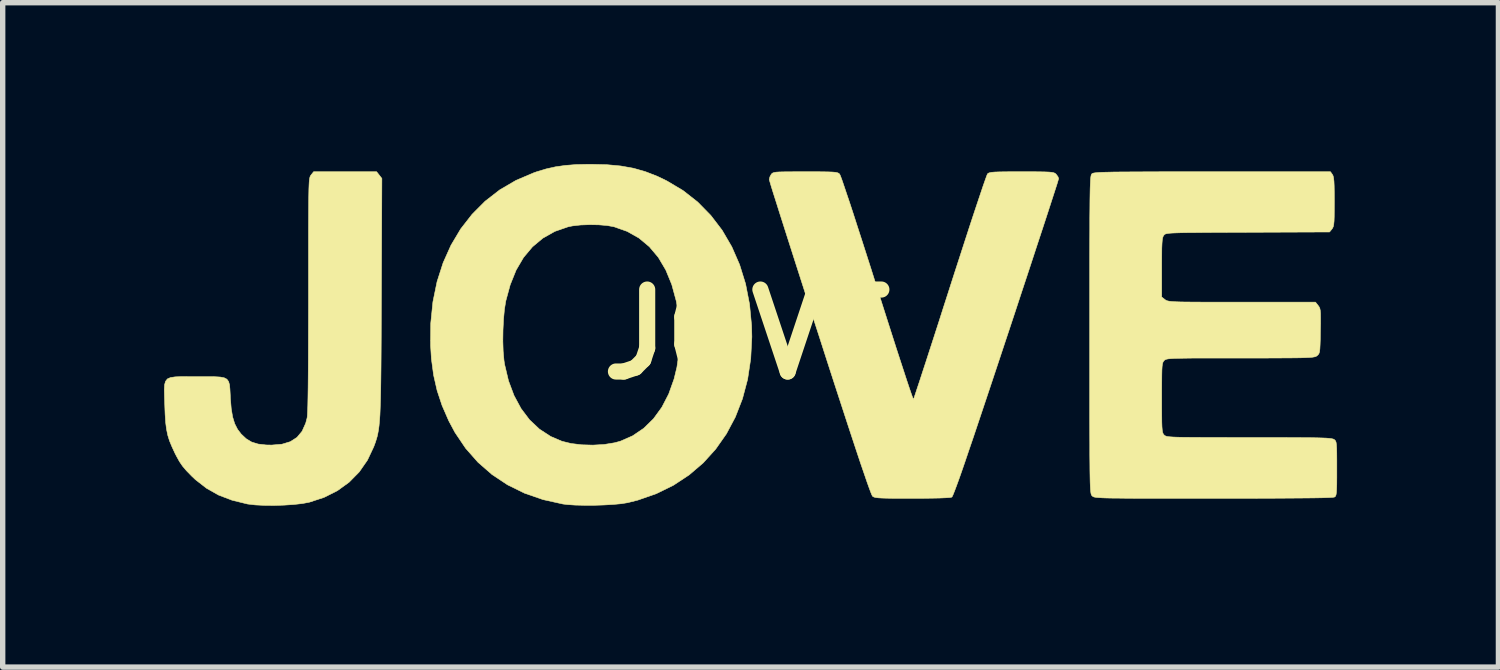
<source format=kicad_pcb>
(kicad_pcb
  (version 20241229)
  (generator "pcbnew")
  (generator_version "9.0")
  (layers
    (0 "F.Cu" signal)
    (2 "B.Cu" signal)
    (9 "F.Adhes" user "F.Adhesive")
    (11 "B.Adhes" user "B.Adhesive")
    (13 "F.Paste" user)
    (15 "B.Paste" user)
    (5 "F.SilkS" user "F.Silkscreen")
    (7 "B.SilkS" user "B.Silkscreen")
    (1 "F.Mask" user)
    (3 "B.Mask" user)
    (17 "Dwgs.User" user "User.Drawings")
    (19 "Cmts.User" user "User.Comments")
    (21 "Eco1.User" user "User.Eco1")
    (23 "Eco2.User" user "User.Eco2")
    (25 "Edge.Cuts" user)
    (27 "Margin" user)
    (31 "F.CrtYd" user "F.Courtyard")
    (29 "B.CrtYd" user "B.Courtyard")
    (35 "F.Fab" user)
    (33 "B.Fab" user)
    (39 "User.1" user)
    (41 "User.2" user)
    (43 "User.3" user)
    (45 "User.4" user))
  (footprint "JOVE"
    (layer "F.Cu")
    (at 10.906 3.168)
    (property "Reference" "JOVE" (at 0 0 0) (layer "F.SilkS") (effects (font (size 1.524 1.524) (thickness 0.3))))
    (attr through_hole)
    (fp_poly (pts (xy -6.905 -2.963) (xy -6.856 -2.9) (xy -6.865 -0.694) (xy -6.867 -0.306) (xy -6.868 0.04) (xy -6.87 0.345) (xy -6.872 0.612) (xy -6.875 0.846) (xy -6.878 1.048) (xy -6.882 1.222) (xy -6.887 1.37) (xy -6.892 1.496) (xy -6.9 1.603) (xy -6.908 1.694) (xy -6.918 1.771) (xy -6.93 1.837) (xy -6.943 1.897) (xy -6.959 1.951) (xy -6.976 2.005) (xy -6.996 2.059) (xy -7.007 2.089) (xy -7.124 2.337) (xy -7.277 2.557) (xy -7.464 2.747) (xy -7.682 2.905) (xy -7.931 3.03) (xy -8.206 3.12) (xy -8.334 3.144) (xy -8.494 3.162) (xy -8.675 3.174) (xy -8.863 3.18) (xy -9.046 3.178) (xy -9.211 3.17) (xy -9.345 3.154) (xy -9.358 3.152) (xy -9.642 3.082) (xy -9.894 2.986) (xy -10.118 2.859) (xy -10.322 2.7) (xy -10.393 2.633) (xy -10.49 2.533) (xy -10.562 2.448) (xy -10.62 2.363) (xy -10.675 2.263) (xy -10.699 2.217) (xy -10.758 2.09) (xy -10.804 1.979) (xy -10.837 1.873) (xy -10.86 1.762) (xy -10.876 1.636) (xy -10.886 1.484) (xy -10.893 1.302) (xy -10.898 1.147) (xy -10.901 1.026) (xy -10.896 0.935) (xy -10.878 0.871) (xy -10.843 0.827) (xy -10.786 0.802) (xy -10.7 0.789) (xy -10.583 0.784) (xy -10.428 0.785) (xy -10.291 0.785) (xy -10.109 0.785) (xy -9.969 0.786) (xy -9.863 0.792) (xy -9.788 0.806) (xy -9.738 0.832) (xy -9.707 0.874) (xy -9.689 0.934) (xy -9.681 1.017) (xy -9.675 1.126) (xy -9.673 1.185) (xy -9.657 1.378) (xy -9.631 1.534) (xy -9.592 1.661) (xy -9.538 1.766) (xy -9.472 1.852) (xy -9.378 1.94) (xy -9.277 2.001) (xy -9.157 2.038) (xy -9.009 2.055) (xy -8.903 2.057) (xy -8.714 2.041) (xy -8.558 1.994) (xy -8.434 1.914) (xy -8.339 1.8) (xy -8.272 1.65) (xy -8.246 1.552) (xy -8.241 1.51) (xy -8.237 1.433) (xy -8.233 1.32) (xy -8.23 1.17) (xy -8.227 0.981) (xy -8.225 0.753) (xy -8.223 0.484) (xy -8.222 0.172) (xy -8.221 -0.183) (xy -8.22 -0.582) (xy -8.22 -0.737) (xy -8.22 -1.102) (xy -8.22 -1.423) (xy -8.22 -1.704) (xy -8.22 -1.947) (xy -8.219 -2.156) (xy -8.218 -2.332) (xy -8.217 -2.479) (xy -8.215 -2.6) (xy -8.213 -2.697) (xy -8.21 -2.774) (xy -8.207 -2.832) (xy -8.203 -2.876) (xy -8.198 -2.907) (xy -8.192 -2.929) (xy -8.186 -2.945) (xy -8.178 -2.957) (xy -8.173 -2.964) (xy -8.125 -3.025) (xy -6.954 -3.025) (xy -6.905 -2.963)) (stroke (width 0.01) (type solid)) (fill yes) (layer "F.SilkS"))
    (fp_poly (pts (xy -2.674 -3.156) (xy -2.415 -3.132) (xy -2.179 -3.09) (xy -1.955 -3.026) (xy -1.734 -2.94) (xy -1.56 -2.856) (xy -1.257 -2.676) (xy -0.984 -2.462) (xy -0.741 -2.214) (xy -0.529 -1.937) (xy -0.35 -1.63) (xy -0.205 -1.298) (xy -0.094 -0.941) (xy -0.02 -0.562) (xy 0.018 -0.162) (xy 0.023 0.046) (xy 0.002 0.451) (xy -0.056 0.835) (xy -0.152 1.197) (xy -0.284 1.536) (xy -0.45 1.848) (xy -0.65 2.133) (xy -0.881 2.388) (xy -1.143 2.612) (xy -1.434 2.804) (xy -1.752 2.96) (xy -2.098 3.081) (xy -2.286 3.128) (xy -2.402 3.147) (xy -2.553 3.161) (xy -2.725 3.171) (xy -2.909 3.177) (xy -3.092 3.177) (xy -3.263 3.173) (xy -3.409 3.163) (xy -3.49 3.153) (xy -3.859 3.071) (xy -4.203 2.952) (xy -4.52 2.796) (xy -4.809 2.604) (xy -5.069 2.377) (xy -5.299 2.116) (xy -5.497 1.822) (xy -5.613 1.605) (xy -5.737 1.32) (xy -5.829 1.042) (xy -5.894 0.757) (xy -5.935 0.452) (xy -5.95 0.205) (xy -5.95 0.118) (xy -4.607 0.118) (xy -4.601 0.31) (xy -4.586 0.478) (xy -4.575 0.554) (xy -4.502 0.861) (xy -4.399 1.136) (xy -4.268 1.379) (xy -4.11 1.588) (xy -3.926 1.761) (xy -3.717 1.897) (xy -3.51 1.986) (xy -3.339 2.028) (xy -3.141 2.052) (xy -2.931 2.058) (xy -2.722 2.046) (xy -2.532 2.015) (xy -2.424 1.986) (xy -2.193 1.885) (xy -1.987 1.745) (xy -1.806 1.568) (xy -1.651 1.355) (xy -1.523 1.108) (xy -1.423 0.828) (xy -1.37 0.609) (xy -1.346 0.441) (xy -1.332 0.243) (xy -1.328 0.027) (xy -1.334 -0.191) (xy -1.35 -0.399) (xy -1.375 -0.581) (xy -1.383 -0.623) (xy -1.466 -0.928) (xy -1.577 -1.198) (xy -1.716 -1.433) (xy -1.883 -1.631) (xy -2.076 -1.792) (xy -2.296 -1.916) (xy -2.54 -2.002) (xy -2.667 -2.025) (xy -2.824 -2.038) (xy -2.994 -2.041) (xy -3.162 -2.035) (xy -3.311 -2.018) (xy -3.394 -2.001) (xy -3.642 -1.915) (xy -3.863 -1.79) (xy -4.056 -1.629) (xy -4.222 -1.431) (xy -4.36 -1.196) (xy -4.47 -0.923) (xy -4.552 -0.622) (xy -4.577 -0.468) (xy -4.594 -0.285) (xy -4.604 -0.085) (xy -4.607 0.118) (xy -5.95 0.118) (xy -5.947 -0.209) (xy -5.907 -0.605) (xy -5.83 -0.98) (xy -5.717 -1.332) (xy -5.57 -1.66) (xy -5.39 -1.962) (xy -5.178 -2.234) (xy -4.936 -2.477) (xy -4.664 -2.688) (xy -4.363 -2.864) (xy -4.035 -3.004) (xy -3.981 -3.023) (xy -3.803 -3.077) (xy -3.63 -3.116) (xy -3.448 -3.142) (xy -3.247 -3.158) (xy -3.014 -3.163) (xy -2.967 -3.163) (xy -2.674 -3.156)) (stroke (width 0.01) (type solid)) (fill yes) (layer "F.SilkS"))
    (fp_poly (pts (xy 5.219 -3.025) (xy 5.361 -3.024) (xy 5.467 -3.022) (xy 5.545 -3.019) (xy 5.598 -3.014) (xy 5.634 -3.007) (xy 5.658 -2.997) (xy 5.675 -2.984) (xy 5.68 -2.979) (xy 5.715 -2.932) (xy 5.727 -2.896) (xy 5.719 -2.87) (xy 5.699 -2.803) (xy 5.665 -2.697) (xy 5.619 -2.555) (xy 5.562 -2.379) (xy 5.495 -2.173) (xy 5.418 -1.938) (xy 5.332 -1.678) (xy 5.239 -1.394) (xy 5.139 -1.09) (xy 5.032 -0.767) (xy 4.921 -0.429) (xy 4.805 -0.079) (xy 4.755 0.071) (xy 4.606 0.52) (xy 4.471 0.926) (xy 4.349 1.291) (xy 4.24 1.616) (xy 4.144 1.903) (xy 4.058 2.154) (xy 3.985 2.37) (xy 3.922 2.553) (xy 3.869 2.703) (xy 3.825 2.823) (xy 3.791 2.913) (xy 3.766 2.976) (xy 3.749 3.013) (xy 3.74 3.025) (xy 3.705 3.032) (xy 3.628 3.037) (xy 3.514 3.042) (xy 3.366 3.045) (xy 3.191 3.047) (xy 3.006 3.048) (xy 2.807 3.048) (xy 2.649 3.047) (xy 2.527 3.045) (xy 2.436 3.042) (xy 2.371 3.038) (xy 2.325 3.032) (xy 2.295 3.024) (xy 2.275 3.014) (xy 2.267 3.008) (xy 2.255 2.986) (xy 2.234 2.935) (xy 2.203 2.852) (xy 2.162 2.737) (xy 2.111 2.588) (xy 2.048 2.405) (xy 1.975 2.186) (xy 1.89 1.929) (xy 1.793 1.634) (xy 1.684 1.3) (xy 1.562 0.926) (xy 1.427 0.509) (xy 1.284 0.064) (xy 1.169 -0.29) (xy 1.059 -0.633) (xy 0.954 -0.961) (xy 0.854 -1.272) (xy 0.761 -1.563) (xy 0.675 -1.832) (xy 0.597 -2.077) (xy 0.528 -2.294) (xy 0.469 -2.481) (xy 0.42 -2.635) (xy 0.383 -2.754) (xy 0.359 -2.836) (xy 0.347 -2.877) (xy 0.346 -2.881) (xy 0.359 -2.931) (xy 0.382 -2.974) (xy 0.394 -2.989) (xy 0.41 -3.001) (xy 0.434 -3.01) (xy 0.472 -3.017) (xy 0.531 -3.021) (xy 0.615 -3.023) (xy 0.73 -3.024) (xy 0.881 -3.025) (xy 1.016 -3.025) (xy 1.199 -3.025) (xy 1.34 -3.024) (xy 1.447 -3.022) (xy 1.524 -3.019) (xy 1.578 -3.014) (xy 1.613 -3.007) (xy 1.636 -2.997) (xy 1.652 -2.984) (xy 1.656 -2.979) (xy 1.669 -2.951) (xy 1.695 -2.882) (xy 1.732 -2.774) (xy 1.78 -2.631) (xy 1.839 -2.457) (xy 1.906 -2.253) (xy 1.98 -2.023) (xy 2.062 -1.77) (xy 2.15 -1.496) (xy 2.243 -1.206) (xy 2.339 -0.902) (xy 2.354 -0.855) (xy 2.448 -0.557) (xy 2.539 -0.272) (xy 2.625 -0.003) (xy 2.705 0.247) (xy 2.779 0.474) (xy 2.845 0.676) (xy 2.902 0.851) (xy 2.95 0.994) (xy 2.987 1.102) (xy 3.013 1.174) (xy 3.026 1.206) (xy 3.027 1.207) (xy 3.037 1.183) (xy 3.059 1.118) (xy 3.093 1.015) (xy 3.139 0.877) (xy 3.194 0.708) (xy 3.259 0.51) (xy 3.331 0.287) (xy 3.411 0.041) (xy 3.497 -0.225) (xy 3.587 -0.507) (xy 3.682 -0.802) (xy 3.706 -0.877) (xy 3.802 -1.176) (xy 3.895 -1.462) (xy 3.983 -1.734) (xy 4.065 -1.987) (xy 4.141 -2.218) (xy 4.21 -2.425) (xy 4.27 -2.604) (xy 4.32 -2.753) (xy 4.36 -2.867) (xy 4.388 -2.945) (xy 4.403 -2.982) (xy 4.405 -2.985) (xy 4.419 -2.997) (xy 4.442 -3.006) (xy 4.479 -3.014) (xy 4.535 -3.019) (xy 4.616 -3.022) (xy 4.727 -3.024) (xy 4.874 -3.025) (xy 5.037 -3.025) (xy 5.219 -3.025)) (stroke (width 0.01) (type solid)) (fill yes) (layer "F.SilkS"))
    (fp_poly (pts (xy 10.817 -2.974) (xy 10.83 -2.948) (xy 10.839 -2.908) (xy 10.846 -2.848) (xy 10.85 -2.761) (xy 10.852 -2.641) (xy 10.853 -2.482) (xy 10.853 -2.468) (xy 10.852 -2.311) (xy 10.851 -2.193) (xy 10.848 -2.107) (xy 10.842 -2.048) (xy 10.834 -2.007) (xy 10.822 -1.98) (xy 10.809 -1.96) (xy 10.764 -1.905) (xy 9.244 -1.899) (xy 8.942 -1.898) (xy 8.683 -1.897) (xy 8.463 -1.896) (xy 8.28 -1.894) (xy 8.128 -1.893) (xy 8.007 -1.891) (xy 7.911 -1.888) (xy 7.838 -1.885) (xy 7.784 -1.881) (xy 7.746 -1.876) (xy 7.72 -1.87) (xy 7.703 -1.863) (xy 7.692 -1.854) (xy 7.684 -1.845) (xy 7.684 -1.845) (xy 7.671 -1.825) (xy 7.661 -1.797) (xy 7.654 -1.755) (xy 7.649 -1.692) (xy 7.645 -1.604) (xy 7.644 -1.484) (xy 7.643 -1.326) (xy 7.643 -1.246) (xy 7.643 -0.696) (xy 7.704 -0.648) (xy 7.718 -0.638) (xy 7.733 -0.63) (xy 7.755 -0.623) (xy 7.786 -0.617) (xy 7.83 -0.612) (xy 7.891 -0.608) (xy 7.972 -0.605) (xy 8.078 -0.603) (xy 8.21 -0.602) (xy 8.374 -0.601) (xy 8.573 -0.601) (xy 8.81 -0.6) (xy 9.089 -0.6) (xy 10.503 -0.6) (xy 10.552 -0.538) (xy 10.57 -0.513) (xy 10.583 -0.485) (xy 10.591 -0.448) (xy 10.596 -0.392) (xy 10.597 -0.312) (xy 10.597 -0.2) (xy 10.594 -0.062) (xy 10.592 0.085) (xy 10.588 0.194) (xy 10.584 0.27) (xy 10.578 0.321) (xy 10.568 0.353) (xy 10.554 0.375) (xy 10.535 0.393) (xy 10.533 0.395) (xy 10.52 0.404) (xy 10.503 0.412) (xy 10.479 0.418) (xy 10.443 0.424) (xy 10.394 0.428) (xy 10.326 0.431) (xy 10.236 0.434) (xy 10.121 0.436) (xy 9.976 0.437) (xy 9.799 0.438) (xy 9.586 0.439) (xy 9.334 0.439) (xy 9.107 0.439) (xy 8.821 0.439) (xy 8.578 0.439) (xy 8.373 0.439) (xy 8.204 0.44) (xy 8.067 0.442) (xy 7.959 0.444) (xy 7.875 0.446) (xy 7.812 0.45) (xy 7.767 0.454) (xy 7.735 0.46) (xy 7.715 0.467) (xy 7.7 0.475) (xy 7.69 0.484) (xy 7.689 0.485) (xy 7.676 0.501) (xy 7.665 0.521) (xy 7.657 0.551) (xy 7.651 0.596) (xy 7.647 0.662) (xy 7.645 0.755) (xy 7.644 0.879) (xy 7.643 1.04) (xy 7.643 1.178) (xy 7.643 1.368) (xy 7.644 1.517) (xy 7.645 1.631) (xy 7.648 1.715) (xy 7.653 1.775) (xy 7.659 1.815) (xy 7.668 1.841) (xy 7.679 1.86) (xy 7.689 1.87) (xy 7.699 1.88) (xy 7.713 1.887) (xy 7.732 1.894) (xy 7.761 1.9) (xy 7.803 1.904) (xy 7.862 1.908) (xy 7.941 1.911) (xy 8.042 1.913) (xy 8.171 1.914) (xy 8.329 1.915) (xy 8.52 1.916) (xy 8.749 1.916) (xy 9.017 1.917) (xy 9.266 1.917) (xy 9.573 1.917) (xy 9.837 1.917) (xy 10.061 1.918) (xy 10.25 1.919) (xy 10.405 1.92) (xy 10.53 1.922) (xy 10.629 1.925) (xy 10.705 1.928) (xy 10.762 1.933) (xy 10.801 1.938) (xy 10.828 1.944) (xy 10.844 1.95) (xy 10.848 1.952) (xy 10.864 1.966) (xy 10.877 1.982) (xy 10.886 2.009) (xy 10.892 2.052) (xy 10.896 2.116) (xy 10.898 2.209) (xy 10.899 2.336) (xy 10.899 2.494) (xy 10.899 2.66) (xy 10.898 2.786) (xy 10.895 2.877) (xy 10.891 2.94) (xy 10.885 2.98) (xy 10.876 3.005) (xy 10.864 3.018) (xy 10.854 3.024) (xy 10.823 3.029) (xy 10.746 3.033) (xy 10.623 3.037) (xy 10.456 3.04) (xy 10.243 3.042) (xy 9.984 3.044) (xy 9.68 3.046) (xy 9.329 3.047) (xy 8.933 3.048) (xy 8.603 3.048) (xy 8.234 3.048) (xy 7.909 3.048) (xy 7.625 3.048) (xy 7.378 3.047) (xy 7.167 3.047) (xy 6.987 3.046) (xy 6.838 3.044) (xy 6.714 3.043) (xy 6.615 3.041) (xy 6.537 3.038) (xy 6.477 3.034) (xy 6.433 3.031) (xy 6.401 3.026) (xy 6.38 3.021) (xy 6.366 3.014) (xy 6.356 3.007) (xy 6.35 3.002) (xy 6.343 2.994) (xy 6.337 2.985) (xy 6.332 2.971) (xy 6.327 2.95) (xy 6.323 2.919) (xy 6.319 2.877) (xy 6.316 2.821) (xy 6.313 2.748) (xy 6.311 2.656) (xy 6.309 2.543) (xy 6.308 2.407) (xy 6.306 2.244) (xy 6.306 2.052) (xy 6.305 1.83) (xy 6.304 1.574) (xy 6.304 1.283) (xy 6.304 0.954) (xy 6.304 0.584) (xy 6.304 0.171) (xy 6.304 0.004) (xy 6.304 -0.426) (xy 6.304 -0.813) (xy 6.304 -1.158) (xy 6.304 -1.463) (xy 6.305 -1.733) (xy 6.306 -1.968) (xy 6.306 -2.171) (xy 6.308 -2.344) (xy 6.309 -2.491) (xy 6.311 -2.612) (xy 6.313 -2.712) (xy 6.316 -2.791) (xy 6.319 -2.853) (xy 6.322 -2.899) (xy 6.326 -2.933) (xy 6.331 -2.957) (xy 6.336 -2.972) (xy 6.341 -2.982) (xy 6.346 -2.987) (xy 6.356 -2.993) (xy 6.372 -2.999) (xy 6.398 -3.004) (xy 6.436 -3.008) (xy 6.489 -3.012) (xy 6.559 -3.015) (xy 6.649 -3.017) (xy 6.763 -3.02) (xy 6.902 -3.021) (xy 7.07 -3.022) (xy 7.27 -3.023) (xy 7.503 -3.024) (xy 7.774 -3.025) (xy 8.083 -3.025) (xy 8.436 -3.025) (xy 8.585 -3.025) (xy 10.781 -3.025) (xy 10.817 -2.974)) (stroke (width 0.01) (type solid)) (fill yes) (layer "F.SilkS")))
  (gr_rect
    (start -3 -3)
    (end 24.81 9.353)
    (stroke (width 0.1) (type default))
    (fill no)
    (layer "Edge.Cuts")))
</source>
